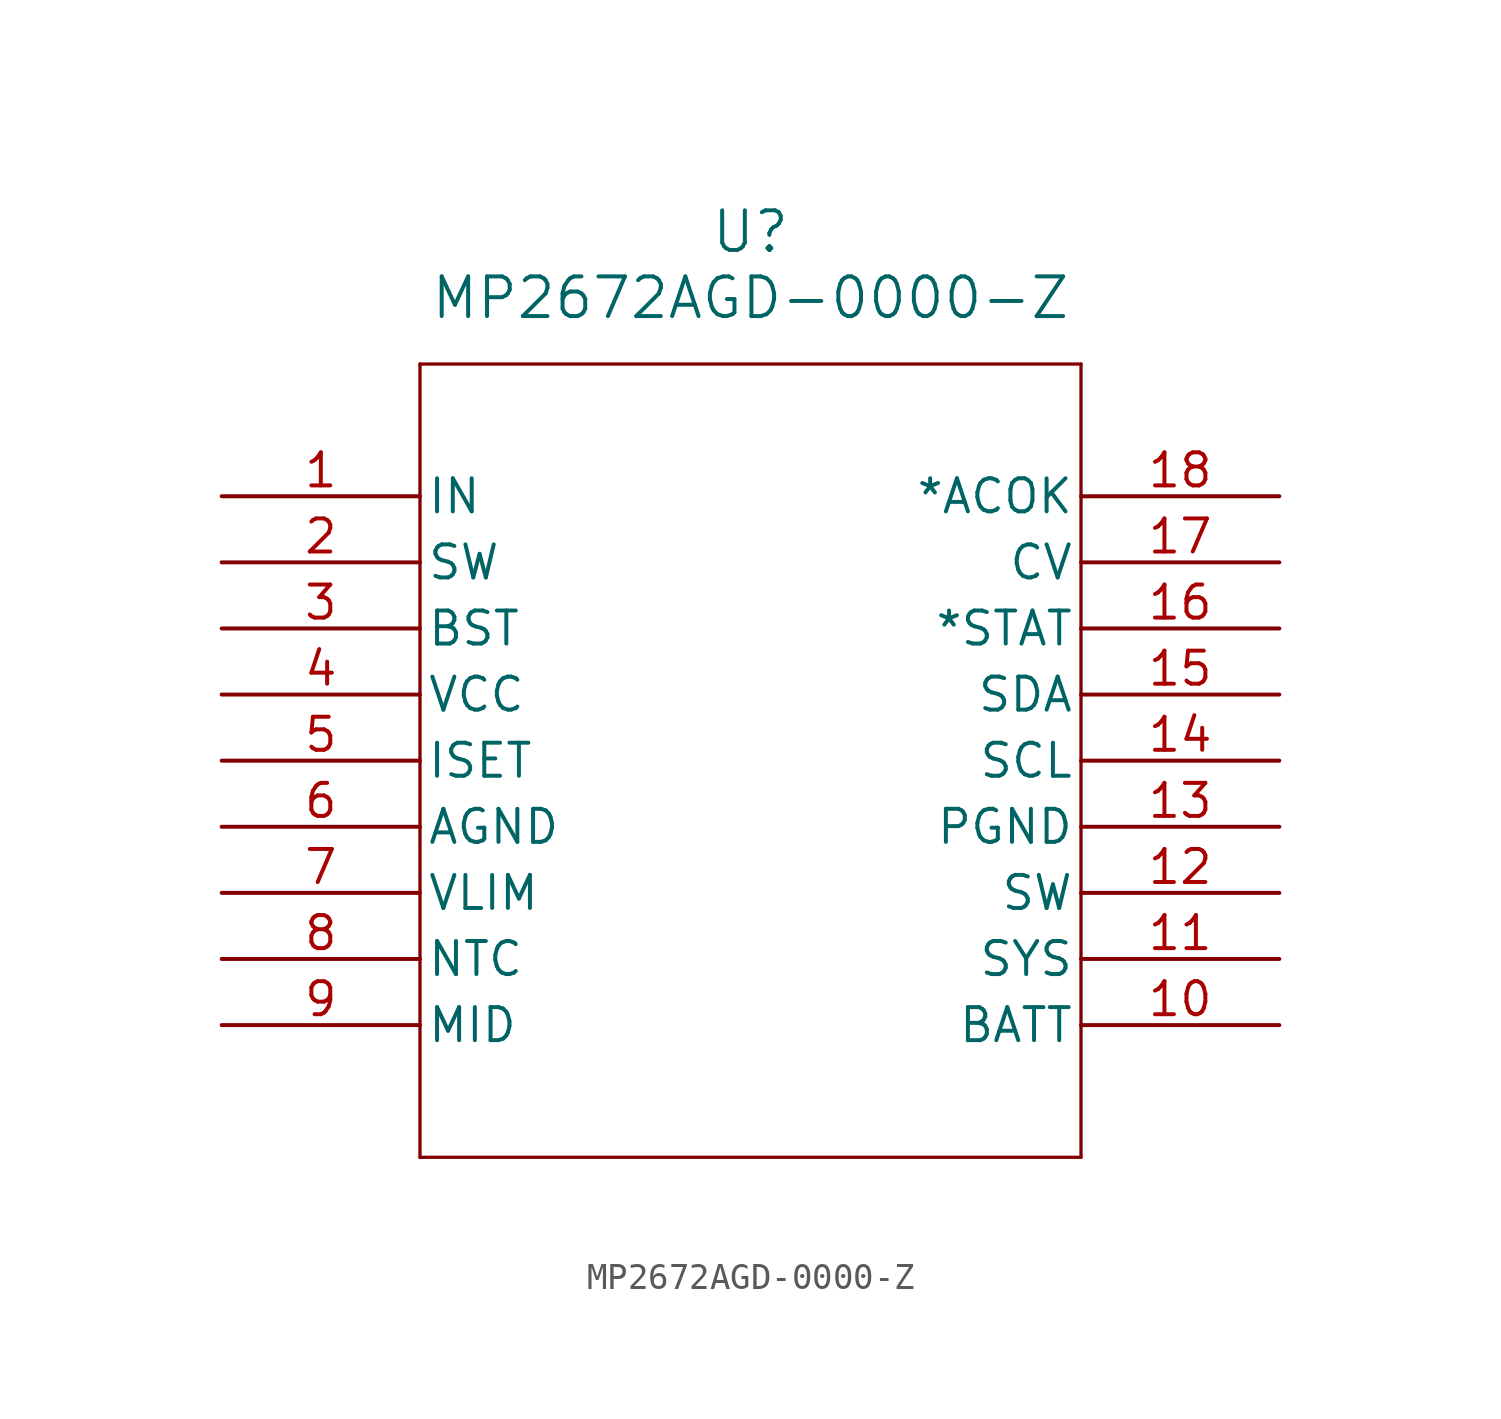
<source format=kicad_sym>
(kicad_symbol_lib
  (version 20211014)
  (generator kicad_symbol_editor)
  (symbol "MP2672AGD-0000-Z"
    (pin_names
      (offset 0.254))
    (property "Reference" "U"
      (at 20.32 10.16 0)
      (effects (font (size 1.524 1.524))))
    (property "Value" "MP2672AGD-0000-Z"
      (at 20.32 7.62 0)
      (effects (font (size 1.524 1.524))))
    (symbol "MP2672AGD-0000-Z_0_1"
      (polyline (pts (xy 7.62 5.08) (xy 7.62 -25.4)) (stroke (width 0.127) (type default) (color 0 0 0 0)) (fill (type none)))
      (polyline (pts (xy 7.62 -25.4) (xy 33.02 -25.4)) (stroke (width 0.127) (type default) (color 0 0 0 0)) (fill (type none)))
      (polyline (pts (xy 33.02 -25.4) (xy 33.02 5.08)) (stroke (width 0.127) (type default) (color 0 0 0 0)) (fill (type none)))
      (polyline (pts (xy 33.02 5.08) (xy 7.62 5.08)) (stroke (width 0.127) (type default) (color 0 0 0 0)) (fill (type none)))
      (pin power_in line (at 0 0 0) (length 7.62) (name "IN" (effects (font (size 1.27 1.27)))) (number "1" (effects (font (size 1.27 1.27)))))
      (pin power_in line (at 0 -2.54 0) (length 7.62) (name "SW" (effects (font (size 1.27 1.27)))) (number "2" (effects (font (size 1.27 1.27)))))
      (pin power_in line (at 0 -5.08 0) (length 7.62) (name "BST" (effects (font (size 1.27 1.27)))) (number "3" (effects (font (size 1.27 1.27)))))
      (pin power_in line (at 0 -7.62 0) (length 7.62) (name "VCC" (effects (font (size 1.27 1.27)))) (number "4" (effects (font (size 1.27 1.27)))))
      (pin input line (at 0 -10.16 0) (length 7.62) (name "ISET" (effects (font (size 1.27 1.27)))) (number "5" (effects (font (size 1.27 1.27)))))
      (pin power_in line (at 0 -12.7 0) (length 7.62) (name "AGND" (effects (font (size 1.27 1.27)))) (number "6" (effects (font (size 1.27 1.27)))))
      (pin input line (at 0 -15.24 0) (length 7.62) (name "VLIM" (effects (font (size 1.27 1.27)))) (number "7" (effects (font (size 1.27 1.27)))))
      (pin input line (at 0 -17.78 0) (length 7.62) (name "NTC" (effects (font (size 1.27 1.27)))) (number "8" (effects (font (size 1.27 1.27)))))
      (pin power_in line (at 0 -20.32 0) (length 7.62) (name "MID" (effects (font (size 1.27 1.27)))) (number "9" (effects (font (size 1.27 1.27)))))
      (pin power_in line (at 40.64 -20.32 180) (length 7.62) (name "BATT" (effects (font (size 1.27 1.27)))) (number "10" (effects (font (size 1.27 1.27)))))
      (pin power_in line (at 40.64 -17.78 180) (length 7.62) (name "SYS" (effects (font (size 1.27 1.27)))) (number "11" (effects (font (size 1.27 1.27)))))
      (pin power_in line (at 40.64 -15.24 180) (length 7.62) (name "SW" (effects (font (size 1.27 1.27)))) (number "12" (effects (font (size 1.27 1.27)))))
      (pin power_in line (at 40.64 -12.7 180) (length 7.62) (name "PGND" (effects (font (size 1.27 1.27)))) (number "13" (effects (font (size 1.27 1.27)))))
      (pin input line (at 40.64 -10.16 180) (length 7.62) (name "SCL" (effects (font (size 1.27 1.27)))) (number "14" (effects (font (size 1.27 1.27)))))
      (pin bidirectional line (at 40.64 -7.62 180) (length 7.62) (name "SDA" (effects (font (size 1.27 1.27)))) (number "15" (effects (font (size 1.27 1.27)))))
      (pin output line (at 40.64 -5.08 180) (length 7.62) (name "*STAT" (effects (font (size 1.27 1.27)))) (number "16" (effects (font (size 1.27 1.27)))))
      (pin input line (at 40.64 -2.54 180) (length 7.62) (name "CV" (effects (font (size 1.27 1.27)))) (number "17" (effects (font (size 1.27 1.27)))))
      (pin output line (at 40.64 0 180) (length 7.62) (name "*ACOK" (effects (font (size 1.27 1.27)))) (number "18" (effects (font (size 1.27 1.27))))))))
</source>
